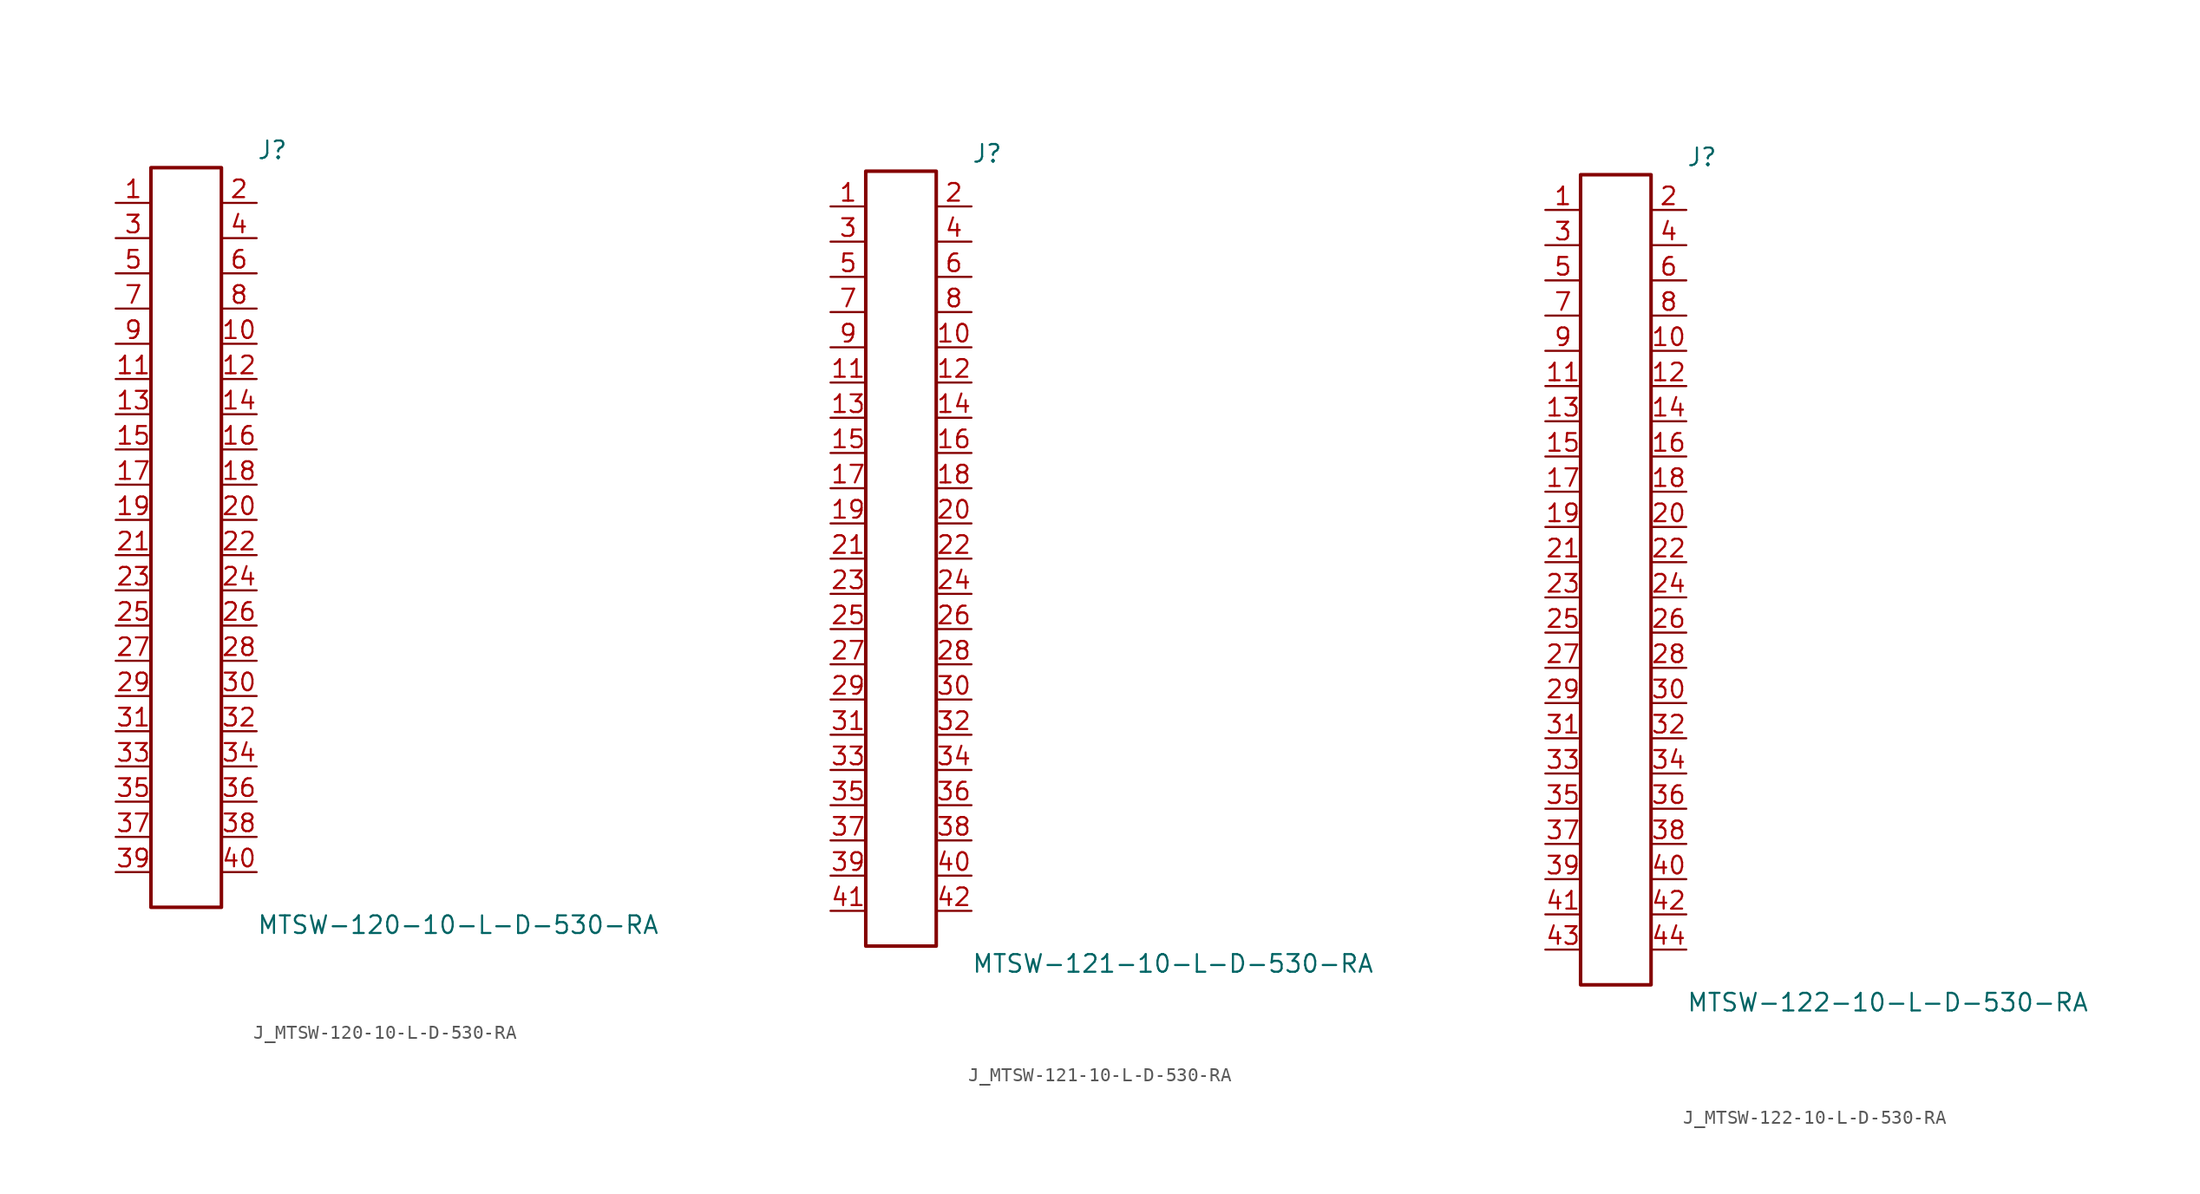
<source format=kicad_sym>
(kicad_symbol_lib
  (version 20231120)
  (generator kicad_symbol_editor)
  (generator_version 8.0)
  (symbol "J_MTSW-120-10-L-D-530-RA"
    (pin_names
      (offset 0.254))
    (property "Reference" "J"
      (at 5.08 27.94 0)
      (effects (font (size 1.27 1.27)) (justify left)))
    (property "Value" "MTSW-120-10-L-D-530-RA"
      (at 5.08 -27.94 0)
      (effects (font (size 1.27 1.27)) (justify left)))
    (symbol "J_MTSW-120-10-L-D-530-RA_0_0"
      (pin passive line (at -5.08 24.13 0) (length 2.54) (name "" (effects (font (size 1.27 1.27)))) (number "1" (effects (font (size 1.27 1.27)))))
      (pin passive line (at 5.08 24.13 180) (length 2.54) (name "" (effects (font (size 1.27 1.27)))) (number "2" (effects (font (size 1.27 1.27)))))
      (pin passive line (at -5.08 21.59 0) (length 2.54) (name "" (effects (font (size 1.27 1.27)))) (number "3" (effects (font (size 1.27 1.27)))))
      (pin passive line (at 5.08 21.59 180) (length 2.54) (name "" (effects (font (size 1.27 1.27)))) (number "4" (effects (font (size 1.27 1.27)))))
      (pin passive line (at -5.08 19.05 0) (length 2.54) (name "" (effects (font (size 1.27 1.27)))) (number "5" (effects (font (size 1.27 1.27)))))
      (pin passive line (at 5.08 19.05 180) (length 2.54) (name "" (effects (font (size 1.27 1.27)))) (number "6" (effects (font (size 1.27 1.27)))))
      (pin passive line (at -5.08 16.51 0) (length 2.54) (name "" (effects (font (size 1.27 1.27)))) (number "7" (effects (font (size 1.27 1.27)))))
      (pin passive line (at 5.08 16.51 180) (length 2.54) (name "" (effects (font (size 1.27 1.27)))) (number "8" (effects (font (size 1.27 1.27)))))
      (pin passive line (at -5.08 13.97 0) (length 2.54) (name "" (effects (font (size 1.27 1.27)))) (number "9" (effects (font (size 1.27 1.27)))))
      (pin passive line (at 5.08 13.97 180) (length 2.54) (name "" (effects (font (size 1.27 1.27)))) (number "10" (effects (font (size 1.27 1.27)))))
      (pin passive line (at -5.08 11.43 0) (length 2.54) (name "" (effects (font (size 1.27 1.27)))) (number "11" (effects (font (size 1.27 1.27)))))
      (pin passive line (at 5.08 11.43 180) (length 2.54) (name "" (effects (font (size 1.27 1.27)))) (number "12" (effects (font (size 1.27 1.27)))))
      (pin passive line (at -5.08 8.89 0) (length 2.54) (name "" (effects (font (size 1.27 1.27)))) (number "13" (effects (font (size 1.27 1.27)))))
      (pin passive line (at 5.08 8.89 180) (length 2.54) (name "" (effects (font (size 1.27 1.27)))) (number "14" (effects (font (size 1.27 1.27)))))
      (pin passive line (at -5.08 6.35 0) (length 2.54) (name "" (effects (font (size 1.27 1.27)))) (number "15" (effects (font (size 1.27 1.27)))))
      (pin passive line (at 5.08 6.35 180) (length 2.54) (name "" (effects (font (size 1.27 1.27)))) (number "16" (effects (font (size 1.27 1.27)))))
      (pin passive line (at -5.08 3.81 0) (length 2.54) (name "" (effects (font (size 1.27 1.27)))) (number "17" (effects (font (size 1.27 1.27)))))
      (pin passive line (at 5.08 3.81 180) (length 2.54) (name "" (effects (font (size 1.27 1.27)))) (number "18" (effects (font (size 1.27 1.27)))))
      (pin passive line (at -5.08 1.27 0) (length 2.54) (name "" (effects (font (size 1.27 1.27)))) (number "19" (effects (font (size 1.27 1.27)))))
      (pin passive line (at 5.08 1.27 180) (length 2.54) (name "" (effects (font (size 1.27 1.27)))) (number "20" (effects (font (size 1.27 1.27)))))
      (pin passive line (at -5.08 -1.27 0) (length 2.54) (name "" (effects (font (size 1.27 1.27)))) (number "21" (effects (font (size 1.27 1.27)))))
      (pin passive line (at 5.08 -1.27 180) (length 2.54) (name "" (effects (font (size 1.27 1.27)))) (number "22" (effects (font (size 1.27 1.27)))))
      (pin passive line (at -5.08 -3.81 0) (length 2.54) (name "" (effects (font (size 1.27 1.27)))) (number "23" (effects (font (size 1.27 1.27)))))
      (pin passive line (at 5.08 -3.81 180) (length 2.54) (name "" (effects (font (size 1.27 1.27)))) (number "24" (effects (font (size 1.27 1.27)))))
      (pin passive line (at -5.08 -6.35 0) (length 2.54) (name "" (effects (font (size 1.27 1.27)))) (number "25" (effects (font (size 1.27 1.27)))))
      (pin passive line (at 5.08 -6.35 180) (length 2.54) (name "" (effects (font (size 1.27 1.27)))) (number "26" (effects (font (size 1.27 1.27)))))
      (pin passive line (at -5.08 -8.89 0) (length 2.54) (name "" (effects (font (size 1.27 1.27)))) (number "27" (effects (font (size 1.27 1.27)))))
      (pin passive line (at 5.08 -8.89 180) (length 2.54) (name "" (effects (font (size 1.27 1.27)))) (number "28" (effects (font (size 1.27 1.27)))))
      (pin passive line (at -5.08 -11.43 0) (length 2.54) (name "" (effects (font (size 1.27 1.27)))) (number "29" (effects (font (size 1.27 1.27)))))
      (pin passive line (at 5.08 -11.43 180) (length 2.54) (name "" (effects (font (size 1.27 1.27)))) (number "30" (effects (font (size 1.27 1.27)))))
      (pin passive line (at -5.08 -13.97 0) (length 2.54) (name "" (effects (font (size 1.27 1.27)))) (number "31" (effects (font (size 1.27 1.27)))))
      (pin passive line (at 5.08 -13.97 180) (length 2.54) (name "" (effects (font (size 1.27 1.27)))) (number "32" (effects (font (size 1.27 1.27)))))
      (pin passive line (at -5.08 -16.51 0) (length 2.54) (name "" (effects (font (size 1.27 1.27)))) (number "33" (effects (font (size 1.27 1.27)))))
      (pin passive line (at 5.08 -16.51 180) (length 2.54) (name "" (effects (font (size 1.27 1.27)))) (number "34" (effects (font (size 1.27 1.27)))))
      (pin passive line (at -5.08 -19.05 0) (length 2.54) (name "" (effects (font (size 1.27 1.27)))) (number "35" (effects (font (size 1.27 1.27)))))
      (pin passive line (at 5.08 -19.05 180) (length 2.54) (name "" (effects (font (size 1.27 1.27)))) (number "36" (effects (font (size 1.27 1.27)))))
      (pin passive line (at -5.08 -21.59 0) (length 2.54) (name "" (effects (font (size 1.27 1.27)))) (number "37" (effects (font (size 1.27 1.27)))))
      (pin passive line (at 5.08 -21.59 180) (length 2.54) (name "" (effects (font (size 1.27 1.27)))) (number "38" (effects (font (size 1.27 1.27)))))
      (pin passive line (at -5.08 -24.13 0) (length 2.54) (name "" (effects (font (size 1.27 1.27)))) (number "39" (effects (font (size 1.27 1.27)))))
      (pin passive line (at 5.08 -24.13 180) (length 2.54) (name "" (effects (font (size 1.27 1.27)))) (number "40" (effects (font (size 1.27 1.27))))))
    (symbol "J_MTSW-120-10-L-D-530-RA_1_0"
      (rectangle (start -2.54 26.67) (end 2.54 -26.67) (stroke (width 0.254) (type solid)) (fill (type none)))))
  (symbol "J_MTSW-121-10-L-D-530-RA"
    (pin_names
      (offset 0.254))
    (property "Reference" "J"
      (at 5.08 29.21 0)
      (effects (font (size 1.27 1.27)) (justify left)))
    (property "Value" "MTSW-121-10-L-D-530-RA"
      (at 5.08 -29.21 0)
      (effects (font (size 1.27 1.27)) (justify left)))
    (symbol "J_MTSW-121-10-L-D-530-RA_0_0"
      (pin passive line (at -5.08 25.4 0) (length 2.54) (name "" (effects (font (size 1.27 1.27)))) (number "1" (effects (font (size 1.27 1.27)))))
      (pin passive line (at 5.08 25.4 180) (length 2.54) (name "" (effects (font (size 1.27 1.27)))) (number "2" (effects (font (size 1.27 1.27)))))
      (pin passive line (at -5.08 22.86 0) (length 2.54) (name "" (effects (font (size 1.27 1.27)))) (number "3" (effects (font (size 1.27 1.27)))))
      (pin passive line (at 5.08 22.86 180) (length 2.54) (name "" (effects (font (size 1.27 1.27)))) (number "4" (effects (font (size 1.27 1.27)))))
      (pin passive line (at -5.08 20.32 0) (length 2.54) (name "" (effects (font (size 1.27 1.27)))) (number "5" (effects (font (size 1.27 1.27)))))
      (pin passive line (at 5.08 20.32 180) (length 2.54) (name "" (effects (font (size 1.27 1.27)))) (number "6" (effects (font (size 1.27 1.27)))))
      (pin passive line (at -5.08 17.78 0) (length 2.54) (name "" (effects (font (size 1.27 1.27)))) (number "7" (effects (font (size 1.27 1.27)))))
      (pin passive line (at 5.08 17.78 180) (length 2.54) (name "" (effects (font (size 1.27 1.27)))) (number "8" (effects (font (size 1.27 1.27)))))
      (pin passive line (at -5.08 15.24 0) (length 2.54) (name "" (effects (font (size 1.27 1.27)))) (number "9" (effects (font (size 1.27 1.27)))))
      (pin passive line (at 5.08 15.24 180) (length 2.54) (name "" (effects (font (size 1.27 1.27)))) (number "10" (effects (font (size 1.27 1.27)))))
      (pin passive line (at -5.08 12.7 0) (length 2.54) (name "" (effects (font (size 1.27 1.27)))) (number "11" (effects (font (size 1.27 1.27)))))
      (pin passive line (at 5.08 12.7 180) (length 2.54) (name "" (effects (font (size 1.27 1.27)))) (number "12" (effects (font (size 1.27 1.27)))))
      (pin passive line (at -5.08 10.16 0) (length 2.54) (name "" (effects (font (size 1.27 1.27)))) (number "13" (effects (font (size 1.27 1.27)))))
      (pin passive line (at 5.08 10.16 180) (length 2.54) (name "" (effects (font (size 1.27 1.27)))) (number "14" (effects (font (size 1.27 1.27)))))
      (pin passive line (at -5.08 7.62 0) (length 2.54) (name "" (effects (font (size 1.27 1.27)))) (number "15" (effects (font (size 1.27 1.27)))))
      (pin passive line (at 5.08 7.62 180) (length 2.54) (name "" (effects (font (size 1.27 1.27)))) (number "16" (effects (font (size 1.27 1.27)))))
      (pin passive line (at -5.08 5.08 0) (length 2.54) (name "" (effects (font (size 1.27 1.27)))) (number "17" (effects (font (size 1.27 1.27)))))
      (pin passive line (at 5.08 5.08 180) (length 2.54) (name "" (effects (font (size 1.27 1.27)))) (number "18" (effects (font (size 1.27 1.27)))))
      (pin passive line (at -5.08 2.54 0) (length 2.54) (name "" (effects (font (size 1.27 1.27)))) (number "19" (effects (font (size 1.27 1.27)))))
      (pin passive line (at 5.08 2.54 180) (length 2.54) (name "" (effects (font (size 1.27 1.27)))) (number "20" (effects (font (size 1.27 1.27)))))
      (pin passive line (at -5.08 0.0 0) (length 2.54) (name "" (effects (font (size 1.27 1.27)))) (number "21" (effects (font (size 1.27 1.27)))))
      (pin passive line (at 5.08 0.0 180) (length 2.54) (name "" (effects (font (size 1.27 1.27)))) (number "22" (effects (font (size 1.27 1.27)))))
      (pin passive line (at -5.08 -2.54 0) (length 2.54) (name "" (effects (font (size 1.27 1.27)))) (number "23" (effects (font (size 1.27 1.27)))))
      (pin passive line (at 5.08 -2.54 180) (length 2.54) (name "" (effects (font (size 1.27 1.27)))) (number "24" (effects (font (size 1.27 1.27)))))
      (pin passive line (at -5.08 -5.08 0) (length 2.54) (name "" (effects (font (size 1.27 1.27)))) (number "25" (effects (font (size 1.27 1.27)))))
      (pin passive line (at 5.08 -5.08 180) (length 2.54) (name "" (effects (font (size 1.27 1.27)))) (number "26" (effects (font (size 1.27 1.27)))))
      (pin passive line (at -5.08 -7.62 0) (length 2.54) (name "" (effects (font (size 1.27 1.27)))) (number "27" (effects (font (size 1.27 1.27)))))
      (pin passive line (at 5.08 -7.62 180) (length 2.54) (name "" (effects (font (size 1.27 1.27)))) (number "28" (effects (font (size 1.27 1.27)))))
      (pin passive line (at -5.08 -10.16 0) (length 2.54) (name "" (effects (font (size 1.27 1.27)))) (number "29" (effects (font (size 1.27 1.27)))))
      (pin passive line (at 5.08 -10.16 180) (length 2.54) (name "" (effects (font (size 1.27 1.27)))) (number "30" (effects (font (size 1.27 1.27)))))
      (pin passive line (at -5.08 -12.7 0) (length 2.54) (name "" (effects (font (size 1.27 1.27)))) (number "31" (effects (font (size 1.27 1.27)))))
      (pin passive line (at 5.08 -12.7 180) (length 2.54) (name "" (effects (font (size 1.27 1.27)))) (number "32" (effects (font (size 1.27 1.27)))))
      (pin passive line (at -5.08 -15.24 0) (length 2.54) (name "" (effects (font (size 1.27 1.27)))) (number "33" (effects (font (size 1.27 1.27)))))
      (pin passive line (at 5.08 -15.24 180) (length 2.54) (name "" (effects (font (size 1.27 1.27)))) (number "34" (effects (font (size 1.27 1.27)))))
      (pin passive line (at -5.08 -17.78 0) (length 2.54) (name "" (effects (font (size 1.27 1.27)))) (number "35" (effects (font (size 1.27 1.27)))))
      (pin passive line (at 5.08 -17.78 180) (length 2.54) (name "" (effects (font (size 1.27 1.27)))) (number "36" (effects (font (size 1.27 1.27)))))
      (pin passive line (at -5.08 -20.32 0) (length 2.54) (name "" (effects (font (size 1.27 1.27)))) (number "37" (effects (font (size 1.27 1.27)))))
      (pin passive line (at 5.08 -20.32 180) (length 2.54) (name "" (effects (font (size 1.27 1.27)))) (number "38" (effects (font (size 1.27 1.27)))))
      (pin passive line (at -5.08 -22.86 0) (length 2.54) (name "" (effects (font (size 1.27 1.27)))) (number "39" (effects (font (size 1.27 1.27)))))
      (pin passive line (at 5.08 -22.86 180) (length 2.54) (name "" (effects (font (size 1.27 1.27)))) (number "40" (effects (font (size 1.27 1.27)))))
      (pin passive line (at -5.08 -25.4 0) (length 2.54) (name "" (effects (font (size 1.27 1.27)))) (number "41" (effects (font (size 1.27 1.27)))))
      (pin passive line (at 5.08 -25.4 180) (length 2.54) (name "" (effects (font (size 1.27 1.27)))) (number "42" (effects (font (size 1.27 1.27))))))
    (symbol "J_MTSW-121-10-L-D-530-RA_1_0"
      (rectangle (start -2.54 27.94) (end 2.54 -27.94) (stroke (width 0.254) (type solid)) (fill (type none)))))
  (symbol "J_MTSW-122-10-L-D-530-RA"
    (pin_names
      (offset 0.254))
    (property "Reference" "J"
      (at 5.08 30.48 0)
      (effects (font (size 1.27 1.27)) (justify left)))
    (property "Value" "MTSW-122-10-L-D-530-RA"
      (at 5.08 -30.48 0)
      (effects (font (size 1.27 1.27)) (justify left)))
    (symbol "J_MTSW-122-10-L-D-530-RA_0_0"
      (pin passive line (at -5.08 26.67 0) (length 2.54) (name "" (effects (font (size 1.27 1.27)))) (number "1" (effects (font (size 1.27 1.27)))))
      (pin passive line (at 5.08 26.67 180) (length 2.54) (name "" (effects (font (size 1.27 1.27)))) (number "2" (effects (font (size 1.27 1.27)))))
      (pin passive line (at -5.08 24.13 0) (length 2.54) (name "" (effects (font (size 1.27 1.27)))) (number "3" (effects (font (size 1.27 1.27)))))
      (pin passive line (at 5.08 24.13 180) (length 2.54) (name "" (effects (font (size 1.27 1.27)))) (number "4" (effects (font (size 1.27 1.27)))))
      (pin passive line (at -5.08 21.59 0) (length 2.54) (name "" (effects (font (size 1.27 1.27)))) (number "5" (effects (font (size 1.27 1.27)))))
      (pin passive line (at 5.08 21.59 180) (length 2.54) (name "" (effects (font (size 1.27 1.27)))) (number "6" (effects (font (size 1.27 1.27)))))
      (pin passive line (at -5.08 19.05 0) (length 2.54) (name "" (effects (font (size 1.27 1.27)))) (number "7" (effects (font (size 1.27 1.27)))))
      (pin passive line (at 5.08 19.05 180) (length 2.54) (name "" (effects (font (size 1.27 1.27)))) (number "8" (effects (font (size 1.27 1.27)))))
      (pin passive line (at -5.08 16.51 0) (length 2.54) (name "" (effects (font (size 1.27 1.27)))) (number "9" (effects (font (size 1.27 1.27)))))
      (pin passive line (at 5.08 16.51 180) (length 2.54) (name "" (effects (font (size 1.27 1.27)))) (number "10" (effects (font (size 1.27 1.27)))))
      (pin passive line (at -5.08 13.97 0) (length 2.54) (name "" (effects (font (size 1.27 1.27)))) (number "11" (effects (font (size 1.27 1.27)))))
      (pin passive line (at 5.08 13.97 180) (length 2.54) (name "" (effects (font (size 1.27 1.27)))) (number "12" (effects (font (size 1.27 1.27)))))
      (pin passive line (at -5.08 11.43 0) (length 2.54) (name "" (effects (font (size 1.27 1.27)))) (number "13" (effects (font (size 1.27 1.27)))))
      (pin passive line (at 5.08 11.43 180) (length 2.54) (name "" (effects (font (size 1.27 1.27)))) (number "14" (effects (font (size 1.27 1.27)))))
      (pin passive line (at -5.08 8.89 0) (length 2.54) (name "" (effects (font (size 1.27 1.27)))) (number "15" (effects (font (size 1.27 1.27)))))
      (pin passive line (at 5.08 8.89 180) (length 2.54) (name "" (effects (font (size 1.27 1.27)))) (number "16" (effects (font (size 1.27 1.27)))))
      (pin passive line (at -5.08 6.35 0) (length 2.54) (name "" (effects (font (size 1.27 1.27)))) (number "17" (effects (font (size 1.27 1.27)))))
      (pin passive line (at 5.08 6.35 180) (length 2.54) (name "" (effects (font (size 1.27 1.27)))) (number "18" (effects (font (size 1.27 1.27)))))
      (pin passive line (at -5.08 3.81 0) (length 2.54) (name "" (effects (font (size 1.27 1.27)))) (number "19" (effects (font (size 1.27 1.27)))))
      (pin passive line (at 5.08 3.81 180) (length 2.54) (name "" (effects (font (size 1.27 1.27)))) (number "20" (effects (font (size 1.27 1.27)))))
      (pin passive line (at -5.08 1.27 0) (length 2.54) (name "" (effects (font (size 1.27 1.27)))) (number "21" (effects (font (size 1.27 1.27)))))
      (pin passive line (at 5.08 1.27 180) (length 2.54) (name "" (effects (font (size 1.27 1.27)))) (number "22" (effects (font (size 1.27 1.27)))))
      (pin passive line (at -5.08 -1.27 0) (length 2.54) (name "" (effects (font (size 1.27 1.27)))) (number "23" (effects (font (size 1.27 1.27)))))
      (pin passive line (at 5.08 -1.27 180) (length 2.54) (name "" (effects (font (size 1.27 1.27)))) (number "24" (effects (font (size 1.27 1.27)))))
      (pin passive line (at -5.08 -3.81 0) (length 2.54) (name "" (effects (font (size 1.27 1.27)))) (number "25" (effects (font (size 1.27 1.27)))))
      (pin passive line (at 5.08 -3.81 180) (length 2.54) (name "" (effects (font (size 1.27 1.27)))) (number "26" (effects (font (size 1.27 1.27)))))
      (pin passive line (at -5.08 -6.35 0) (length 2.54) (name "" (effects (font (size 1.27 1.27)))) (number "27" (effects (font (size 1.27 1.27)))))
      (pin passive line (at 5.08 -6.35 180) (length 2.54) (name "" (effects (font (size 1.27 1.27)))) (number "28" (effects (font (size 1.27 1.27)))))
      (pin passive line (at -5.08 -8.89 0) (length 2.54) (name "" (effects (font (size 1.27 1.27)))) (number "29" (effects (font (size 1.27 1.27)))))
      (pin passive line (at 5.08 -8.89 180) (length 2.54) (name "" (effects (font (size 1.27 1.27)))) (number "30" (effects (font (size 1.27 1.27)))))
      (pin passive line (at -5.08 -11.43 0) (length 2.54) (name "" (effects (font (size 1.27 1.27)))) (number "31" (effects (font (size 1.27 1.27)))))
      (pin passive line (at 5.08 -11.43 180) (length 2.54) (name "" (effects (font (size 1.27 1.27)))) (number "32" (effects (font (size 1.27 1.27)))))
      (pin passive line (at -5.08 -13.97 0) (length 2.54) (name "" (effects (font (size 1.27 1.27)))) (number "33" (effects (font (size 1.27 1.27)))))
      (pin passive line (at 5.08 -13.97 180) (length 2.54) (name "" (effects (font (size 1.27 1.27)))) (number "34" (effects (font (size 1.27 1.27)))))
      (pin passive line (at -5.08 -16.51 0) (length 2.54) (name "" (effects (font (size 1.27 1.27)))) (number "35" (effects (font (size 1.27 1.27)))))
      (pin passive line (at 5.08 -16.51 180) (length 2.54) (name "" (effects (font (size 1.27 1.27)))) (number "36" (effects (font (size 1.27 1.27)))))
      (pin passive line (at -5.08 -19.05 0) (length 2.54) (name "" (effects (font (size 1.27 1.27)))) (number "37" (effects (font (size 1.27 1.27)))))
      (pin passive line (at 5.08 -19.05 180) (length 2.54) (name "" (effects (font (size 1.27 1.27)))) (number "38" (effects (font (size 1.27 1.27)))))
      (pin passive line (at -5.08 -21.59 0) (length 2.54) (name "" (effects (font (size 1.27 1.27)))) (number "39" (effects (font (size 1.27 1.27)))))
      (pin passive line (at 5.08 -21.59 180) (length 2.54) (name "" (effects (font (size 1.27 1.27)))) (number "40" (effects (font (size 1.27 1.27)))))
      (pin passive line (at -5.08 -24.13 0) (length 2.54) (name "" (effects (font (size 1.27 1.27)))) (number "41" (effects (font (size 1.27 1.27)))))
      (pin passive line (at 5.08 -24.13 180) (length 2.54) (name "" (effects (font (size 1.27 1.27)))) (number "42" (effects (font (size 1.27 1.27)))))
      (pin passive line (at -5.08 -26.67 0) (length 2.54) (name "" (effects (font (size 1.27 1.27)))) (number "43" (effects (font (size 1.27 1.27)))))
      (pin passive line (at 5.08 -26.67 180) (length 2.54) (name "" (effects (font (size 1.27 1.27)))) (number "44" (effects (font (size 1.27 1.27))))))
    (symbol "J_MTSW-122-10-L-D-530-RA_1_0"
      (rectangle (start -2.54 29.21) (end 2.54 -29.21) (stroke (width 0.254) (type solid)) (fill (type none))))))
</source>
